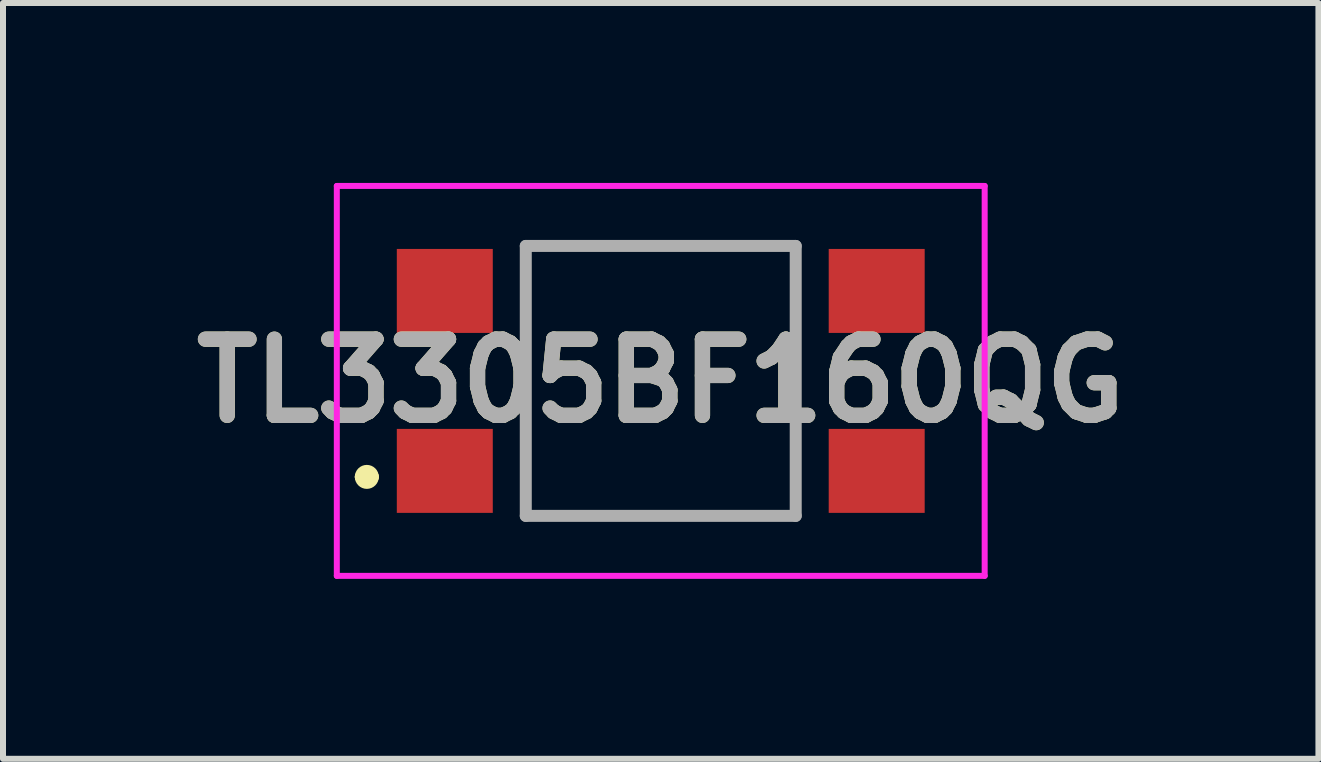
<source format=kicad_pcb>
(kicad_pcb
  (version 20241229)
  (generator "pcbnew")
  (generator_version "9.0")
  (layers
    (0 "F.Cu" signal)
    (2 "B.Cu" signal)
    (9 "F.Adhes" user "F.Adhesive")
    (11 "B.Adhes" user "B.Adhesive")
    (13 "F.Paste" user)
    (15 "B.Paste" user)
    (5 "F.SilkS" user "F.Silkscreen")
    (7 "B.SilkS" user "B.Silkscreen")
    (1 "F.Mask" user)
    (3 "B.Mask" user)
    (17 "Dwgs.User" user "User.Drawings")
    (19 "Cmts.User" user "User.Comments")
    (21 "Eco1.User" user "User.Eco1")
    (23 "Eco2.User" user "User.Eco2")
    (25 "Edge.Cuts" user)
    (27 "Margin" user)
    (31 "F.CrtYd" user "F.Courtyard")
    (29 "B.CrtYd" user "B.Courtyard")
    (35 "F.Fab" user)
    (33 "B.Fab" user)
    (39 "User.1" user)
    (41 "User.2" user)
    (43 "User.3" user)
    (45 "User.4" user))
  (footprint "TL3305BF160QG"
    (layer "F.Cu")
    (at 7.965 3.3)
    (property "Reference" "TL3305BF160QG" (at 0 0 0) (layer "F.SilkS") (effects (font (size 1.27 1.27) (thickness 0.254))))
    (attr smd)
    (fp_line (start -5 1.6) (end -5 1.6) (stroke (width 0.2) (type solid)) (layer "F.SilkS"))
    (fp_line (start -4.8 1.6) (end -4.8 1.6) (stroke (width 0.2) (type solid)) (layer "F.SilkS"))
    (fp_line (start -2.25 -2.25) (end 2.25 -2.25) (stroke (width 0.1) (type solid)) (layer "F.SilkS"))
    (fp_line (start -2.25 2.25) (end -2.25 -2.25) (stroke (width 0.1) (type solid)) (layer "F.SilkS"))
    (fp_line (start 2.25 -2.25) (end 2.25 2.25) (stroke (width 0.1) (type solid)) (layer "F.SilkS"))
    (fp_line (start 2.25 2.25) (end -2.25 2.25) (stroke (width 0.1) (type solid)) (layer "F.SilkS"))
    (fp_arc (start -5 1.6) (mid -4.9 1.5) (end -4.8 1.6) (stroke (width 0.2) (type solid)) (layer "F.SilkS"))
    (fp_arc (start -4.8 1.6) (mid -4.9 1.7) (end -5 1.6) (stroke (width 0.2) (type solid)) (layer "F.SilkS"))
    (fp_line (start -5.4 -3.25) (end 5.4 -3.25) (stroke (width 0.1) (type solid)) (layer "F.CrtYd"))
    (fp_line (start -5.4 3.25) (end -5.4 -3.25) (stroke (width 0.1) (type solid)) (layer "F.CrtYd"))
    (fp_line (start 5.4 -3.25) (end 5.4 3.25) (stroke (width 0.1) (type solid)) (layer "F.CrtYd"))
    (fp_line (start 5.4 3.25) (end -5.4 3.25) (stroke (width 0.1) (type solid)) (layer "F.CrtYd"))
    (fp_line (start -2.25 -2.25) (end 2.25 -2.25) (stroke (width 0.2) (type solid)) (layer "F.Fab"))
    (fp_line (start -2.25 2.25) (end -2.25 -2.25) (stroke (width 0.2) (type solid)) (layer "F.Fab"))
    (fp_line (start 2.25 -2.25) (end 2.25 2.25) (stroke (width 0.2) (type solid)) (layer "F.Fab"))
    (fp_line (start 2.25 2.25) (end -2.25 2.25) (stroke (width 0.2) (type solid)) (layer "F.Fab"))
    (fp_text user "${REFERENCE}" (at 0 0 0) (layer "F.Fab") (effects (font (size 1.27 1.27) (thickness 0.254))))
    (pad "1" smd rect (at -3.6 -1.5 90) (size 1.4 1.6) (layers "F.Cu" "F.Mask" "F.Paste"))
    (pad "1" smd rect (at -3.6 1.5 90) (size 1.4 1.6) (layers "F.Cu" "F.Mask" "F.Paste"))
    (pad "2" smd rect (at 3.6 -1.5 90) (size 1.4 1.6) (layers "F.Cu" "F.Mask" "F.Paste"))
    (pad "2" smd rect (at 3.6 1.5 90) (size 1.4 1.6) (layers "F.Cu" "F.Mask" "F.Paste")))
  (gr_rect
    (start -3 -3)
    (end 18.929 9.6)
    (stroke (width 0.1) (type default))
    (fill no)
    (layer "Edge.Cuts")))
</source>
